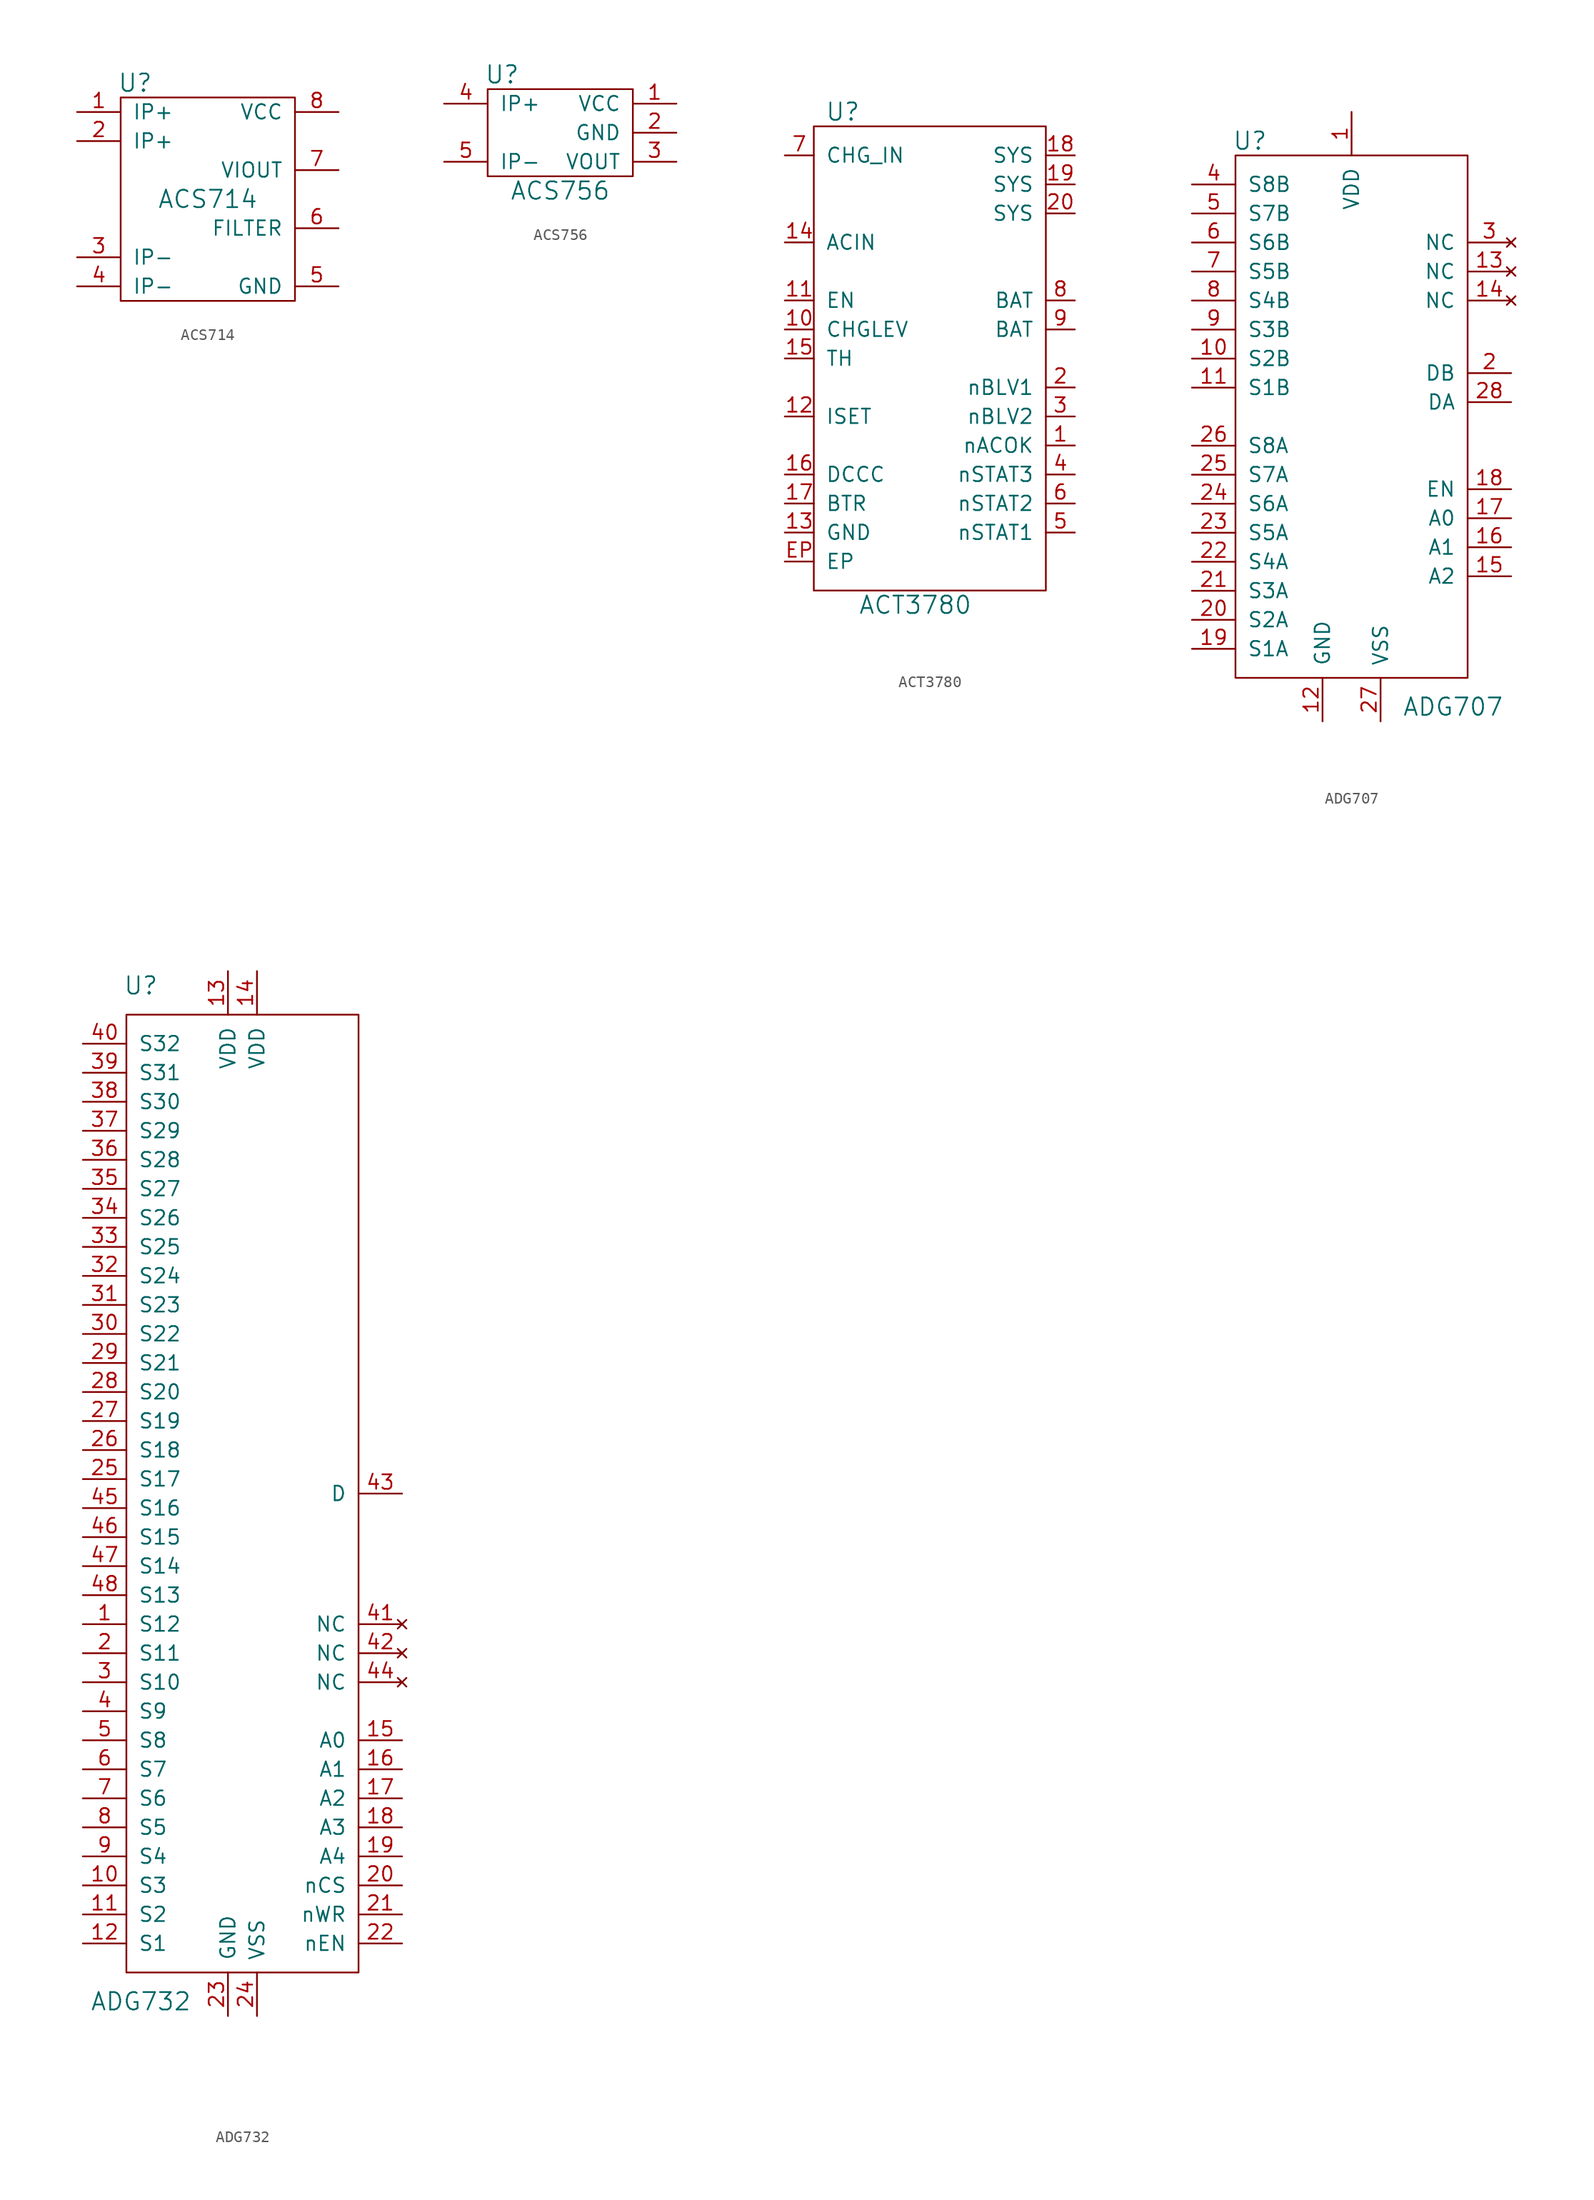
<source format=kicad_sym>
(kicad_symbol_lib
  (version 20210619)
  (generator kicad_symbol_editor)
  (symbol "tinkerforge:ACS714"
    (pin_names
      (offset 1.016))
    (property "Reference" "U"
      (at -6.35 10.16 0)
      (effects (font (size 1.524 1.524))))
    (property "Value" "ACS714"
      (at 0 0 0)
      (effects (font (size 1.524 1.524))))
    (property "Footprint" ""
      (at 0 0 0)
      (effects (font (size 1.524 1.524))))
    (property "Datasheet" ""
      (at 0 0 0)
      (effects (font (size 1.524 1.524))))
    (symbol "ACS714_0_1"
      (rectangle (start -7.62 8.89) (end 7.62 -8.89) (stroke (width 0)) (fill (type none))))
    (symbol "ACS714_1_1"
      (pin passive line (at -11.43 7.62 0) (length 3.81) (name "IP+" (effects (font (size 1.27 1.27)))) (number "1" (effects (font (size 1.27 1.27)))))
      (pin passive line (at -11.43 5.08 0) (length 3.81) (name "IP+" (effects (font (size 1.27 1.27)))) (number "2" (effects (font (size 1.27 1.27)))))
      (pin passive line (at -11.43 -5.08 0) (length 3.81) (name "IP-" (effects (font (size 1.27 1.27)))) (number "3" (effects (font (size 1.27 1.27)))))
      (pin passive line (at -11.43 -7.62 0) (length 3.81) (name "IP-" (effects (font (size 1.27 1.27)))) (number "4" (effects (font (size 1.27 1.27)))))
      (pin passive line (at 11.43 -7.62 180) (length 3.81) (name "GND" (effects (font (size 1.27 1.27)))) (number "5" (effects (font (size 1.27 1.27)))))
      (pin passive line (at 11.43 -2.54 180) (length 3.81) (name "FILTER" (effects (font (size 1.27 1.27)))) (number "6" (effects (font (size 1.27 1.27)))))
      (pin passive line (at 11.43 2.54 180) (length 3.81) (name "VIOUT" (effects (font (size 1.27 1.27)))) (number "7" (effects (font (size 1.27 1.27)))))
      (pin passive line (at 11.43 7.62 180) (length 3.81) (name "VCC" (effects (font (size 1.27 1.27)))) (number "8" (effects (font (size 1.27 1.27)))))))
  (symbol "tinkerforge:ACS756"
    (pin_names
      (offset 1.016))
    (property "Reference" "U"
      (at -5.08 11.43 0)
      (effects (font (size 1.524 1.524))))
    (property "Value" "ACS756"
      (at 0 1.27 0)
      (effects (font (size 1.524 1.524))))
    (property "Footprint" ""
      (at 0 0 0)
      (effects (font (size 1.524 1.524))))
    (property "Datasheet" ""
      (at 0 0 0)
      (effects (font (size 1.524 1.524))))
    (symbol "ACS756_0_1"
      (rectangle (start -6.35 10.16) (end 6.35 2.54) (stroke (width 0)) (fill (type none))))
    (symbol "ACS756_1_1"
      (pin passive line (at 10.16 8.89 180) (length 3.81) (name "VCC" (effects (font (size 1.27 1.27)))) (number "1" (effects (font (size 1.27 1.27)))))
      (pin passive line (at 10.16 6.35 180) (length 3.81) (name "GND" (effects (font (size 1.27 1.27)))) (number "2" (effects (font (size 1.27 1.27)))))
      (pin passive line (at 10.16 3.81 180) (length 3.81) (name "VOUT" (effects (font (size 1.27 1.27)))) (number "3" (effects (font (size 1.27 1.27)))))
      (pin passive line (at -10.16 8.89 0) (length 3.81) (name "IP+" (effects (font (size 1.27 1.27)))) (number "4" (effects (font (size 1.27 1.27)))))
      (pin passive line (at -10.16 3.81 0) (length 3.81) (name "IP-" (effects (font (size 1.27 1.27)))) (number "5" (effects (font (size 1.27 1.27)))))))
  (symbol "tinkerforge:ACT3780"
    (pin_names
      (offset 1.016))
    (property "Reference" "U"
      (at -7.62 21.59 0)
      (effects (font (size 1.524 1.524))))
    (property "Value" "ACT3780"
      (at -1.27 -21.59 0)
      (effects (font (size 1.524 1.524))))
    (symbol "ACT3780_0_1"
      (rectangle (start -10.16 20.32) (end 10.16 -20.32) (stroke (width 0)) (fill (type none))))
    (symbol "ACT3780_1_1"
      (pin passive line (at 12.7 -7.62 180) (length 2.54) (name "nACOK" (effects (font (size 1.27 1.27)))) (number "1" (effects (font (size 1.27 1.27)))))
      (pin passive line (at -12.7 2.54 0) (length 2.54) (name "CHGLEV" (effects (font (size 1.27 1.27)))) (number "10" (effects (font (size 1.27 1.27)))))
      (pin passive line (at -12.7 5.08 0) (length 2.54) (name "EN" (effects (font (size 1.27 1.27)))) (number "11" (effects (font (size 1.27 1.27)))))
      (pin passive line (at -12.7 -5.08 0) (length 2.54) (name "ISET" (effects (font (size 1.27 1.27)))) (number "12" (effects (font (size 1.27 1.27)))))
      (pin passive line (at -12.7 -15.24 0) (length 2.54) (name "GND" (effects (font (size 1.27 1.27)))) (number "13" (effects (font (size 1.27 1.27)))))
      (pin passive line (at -12.7 10.16 0) (length 2.54) (name "ACIN" (effects (font (size 1.27 1.27)))) (number "14" (effects (font (size 1.27 1.27)))))
      (pin passive line (at -12.7 0 0) (length 2.54) (name "TH" (effects (font (size 1.27 1.27)))) (number "15" (effects (font (size 1.27 1.27)))))
      (pin passive line (at -12.7 -10.16 0) (length 2.54) (name "DCCC" (effects (font (size 1.27 1.27)))) (number "16" (effects (font (size 1.27 1.27)))))
      (pin passive line (at -12.7 -12.7 0) (length 2.54) (name "BTR" (effects (font (size 1.27 1.27)))) (number "17" (effects (font (size 1.27 1.27)))))
      (pin passive line (at 12.7 17.78 180) (length 2.54) (name "SYS" (effects (font (size 1.27 1.27)))) (number "18" (effects (font (size 1.27 1.27)))))
      (pin passive line (at 12.7 15.24 180) (length 2.54) (name "SYS" (effects (font (size 1.27 1.27)))) (number "19" (effects (font (size 1.27 1.27)))))
      (pin passive line (at 12.7 -2.54 180) (length 2.54) (name "nBLV1" (effects (font (size 1.27 1.27)))) (number "2" (effects (font (size 1.27 1.27)))))
      (pin passive line (at 12.7 12.7 180) (length 2.54) (name "SYS" (effects (font (size 1.27 1.27)))) (number "20" (effects (font (size 1.27 1.27)))))
      (pin passive line (at 12.7 -5.08 180) (length 2.54) (name "nBLV2" (effects (font (size 1.27 1.27)))) (number "3" (effects (font (size 1.27 1.27)))))
      (pin passive line (at 12.7 -10.16 180) (length 2.54) (name "nSTAT3" (effects (font (size 1.27 1.27)))) (number "4" (effects (font (size 1.27 1.27)))))
      (pin passive line (at 12.7 -15.24 180) (length 2.54) (name "nSTAT1" (effects (font (size 1.27 1.27)))) (number "5" (effects (font (size 1.27 1.27)))))
      (pin passive line (at 12.7 -12.7 180) (length 2.54) (name "nSTAT2" (effects (font (size 1.27 1.27)))) (number "6" (effects (font (size 1.27 1.27)))))
      (pin passive line (at -12.7 17.78 0) (length 2.54) (name "CHG_IN" (effects (font (size 1.27 1.27)))) (number "7" (effects (font (size 1.27 1.27)))))
      (pin passive line (at 12.7 5.08 180) (length 2.54) (name "BAT" (effects (font (size 1.27 1.27)))) (number "8" (effects (font (size 1.27 1.27)))))
      (pin passive line (at 12.7 2.54 180) (length 2.54) (name "BAT" (effects (font (size 1.27 1.27)))) (number "9" (effects (font (size 1.27 1.27)))))
      (pin passive line (at -12.7 -17.78 0) (length 2.54) (name "EP" (effects (font (size 1.27 1.27)))) (number "EP" (effects (font (size 1.27 1.27)))))))
  (symbol "tinkerforge:ADG707"
    (pin_names
      (offset 1.016))
    (property "Reference" "U"
      (at -8.89 24.13 0)
      (effects (font (size 1.524 1.524))))
    (property "Value" "ADG707"
      (at 8.89 -25.4 0)
      (effects (font (size 1.524 1.524))))
    (property "Footprint" ""
      (at 0 0 0)
      (effects (font (size 1.524 1.524))))
    (property "Datasheet" ""
      (at 0 0 0)
      (effects (font (size 1.524 1.524))))
    (symbol "ADG707_0_1"
      (rectangle (start -10.16 22.86) (end 10.16 -22.86) (stroke (width 0)) (fill (type none))))
    (symbol "ADG707_1_1"
      (pin passive line (at 0 26.67 270) (length 3.81) (name "VDD" (effects (font (size 1.27 1.27)))) (number "1" (effects (font (size 1.27 1.27)))))
      (pin passive line (at -13.97 5.08 0) (length 3.81) (name "S2B" (effects (font (size 1.27 1.27)))) (number "10" (effects (font (size 1.27 1.27)))))
      (pin passive line (at -13.97 2.54 0) (length 3.81) (name "S1B" (effects (font (size 1.27 1.27)))) (number "11" (effects (font (size 1.27 1.27)))))
      (pin passive line (at -2.54 -26.67 90) (length 3.81) (name "GND" (effects (font (size 1.27 1.27)))) (number "12" (effects (font (size 1.27 1.27)))))
      (pin no_connect line (at 13.97 12.7 180) (length 3.81) (name "NC" (effects (font (size 1.27 1.27)))) (number "13" (effects (font (size 1.27 1.27)))))
      (pin no_connect line (at 13.97 10.16 180) (length 3.81) (name "NC" (effects (font (size 1.27 1.27)))) (number "14" (effects (font (size 1.27 1.27)))))
      (pin passive line (at 13.97 -13.97 180) (length 3.81) (name "A2" (effects (font (size 1.27 1.27)))) (number "15" (effects (font (size 1.27 1.27)))))
      (pin passive line (at 13.97 -11.43 180) (length 3.81) (name "A1" (effects (font (size 1.27 1.27)))) (number "16" (effects (font (size 1.27 1.27)))))
      (pin passive line (at 13.97 -8.89 180) (length 3.81) (name "A0" (effects (font (size 1.27 1.27)))) (number "17" (effects (font (size 1.27 1.27)))))
      (pin passive line (at 13.97 -6.35 180) (length 3.81) (name "EN" (effects (font (size 1.27 1.27)))) (number "18" (effects (font (size 1.27 1.27)))))
      (pin passive line (at -13.97 -20.32 0) (length 3.81) (name "S1A" (effects (font (size 1.27 1.27)))) (number "19" (effects (font (size 1.27 1.27)))))
      (pin passive line (at 13.97 3.81 180) (length 3.81) (name "DB" (effects (font (size 1.27 1.27)))) (number "2" (effects (font (size 1.27 1.27)))))
      (pin passive line (at -13.97 -17.78 0) (length 3.81) (name "S2A" (effects (font (size 1.27 1.27)))) (number "20" (effects (font (size 1.27 1.27)))))
      (pin passive line (at -13.97 -15.24 0) (length 3.81) (name "S3A" (effects (font (size 1.27 1.27)))) (number "21" (effects (font (size 1.27 1.27)))))
      (pin passive line (at -13.97 -12.7 0) (length 3.81) (name "S4A" (effects (font (size 1.27 1.27)))) (number "22" (effects (font (size 1.27 1.27)))))
      (pin passive line (at -13.97 -10.16 0) (length 3.81) (name "S5A" (effects (font (size 1.27 1.27)))) (number "23" (effects (font (size 1.27 1.27)))))
      (pin passive line (at -13.97 -7.62 0) (length 3.81) (name "S6A" (effects (font (size 1.27 1.27)))) (number "24" (effects (font (size 1.27 1.27)))))
      (pin passive line (at -13.97 -5.08 0) (length 3.81) (name "S7A" (effects (font (size 1.27 1.27)))) (number "25" (effects (font (size 1.27 1.27)))))
      (pin passive line (at -13.97 -2.54 0) (length 3.81) (name "S8A" (effects (font (size 1.27 1.27)))) (number "26" (effects (font (size 1.27 1.27)))))
      (pin passive line (at 2.54 -26.67 90) (length 3.81) (name "VSS" (effects (font (size 1.27 1.27)))) (number "27" (effects (font (size 1.27 1.27)))))
      (pin passive line (at 13.97 1.27 180) (length 3.81) (name "DA" (effects (font (size 1.27 1.27)))) (number "28" (effects (font (size 1.27 1.27)))))
      (pin no_connect line (at 13.97 15.24 180) (length 3.81) (name "NC" (effects (font (size 1.27 1.27)))) (number "3" (effects (font (size 1.27 1.27)))))
      (pin passive line (at -13.97 20.32 0) (length 3.81) (name "S8B" (effects (font (size 1.27 1.27)))) (number "4" (effects (font (size 1.27 1.27)))))
      (pin passive line (at -13.97 17.78 0) (length 3.81) (name "S7B" (effects (font (size 1.27 1.27)))) (number "5" (effects (font (size 1.27 1.27)))))
      (pin passive line (at -13.97 15.24 0) (length 3.81) (name "S6B" (effects (font (size 1.27 1.27)))) (number "6" (effects (font (size 1.27 1.27)))))
      (pin passive line (at -13.97 12.7 0) (length 3.81) (name "S5B" (effects (font (size 1.27 1.27)))) (number "7" (effects (font (size 1.27 1.27)))))
      (pin passive line (at -13.97 10.16 0) (length 3.81) (name "S4B" (effects (font (size 1.27 1.27)))) (number "8" (effects (font (size 1.27 1.27)))))
      (pin passive line (at -13.97 7.62 0) (length 3.81) (name "S3B" (effects (font (size 1.27 1.27)))) (number "9" (effects (font (size 1.27 1.27)))))))
  (symbol "tinkerforge:ADG732"
    (pin_names
      (offset 1.016))
    (property "Reference" "U"
      (at -8.89 44.45 0)
      (effects (font (size 1.524 1.524))))
    (property "Value" "ADG732"
      (at -8.89 -44.45 0)
      (effects (font (size 1.524 1.524))))
    (property "Footprint" ""
      (at 0 0 0)
      (effects (font (size 1.524 1.524))))
    (property "Datasheet" ""
      (at 0 0 0)
      (effects (font (size 1.524 1.524))))
    (symbol "ADG732_0_1"
      (rectangle (start -10.16 41.91) (end 10.16 -41.91) (stroke (width 0)) (fill (type none))))
    (symbol "ADG732_1_1"
      (pin input line (at -13.97 -11.43 0) (length 3.81) (name "S12" (effects (font (size 1.27 1.27)))) (number "1" (effects (font (size 1.27 1.27)))))
      (pin input line (at -13.97 -34.29 0) (length 3.81) (name "S3" (effects (font (size 1.27 1.27)))) (number "10" (effects (font (size 1.27 1.27)))))
      (pin input line (at -13.97 -36.83 0) (length 3.81) (name "S2" (effects (font (size 1.27 1.27)))) (number "11" (effects (font (size 1.27 1.27)))))
      (pin input line (at -13.97 -39.37 0) (length 3.81) (name "S1" (effects (font (size 1.27 1.27)))) (number "12" (effects (font (size 1.27 1.27)))))
      (pin passive line (at -1.27 45.72 270) (length 3.81) (name "VDD" (effects (font (size 1.27 1.27)))) (number "13" (effects (font (size 1.27 1.27)))))
      (pin passive line (at 1.27 45.72 270) (length 3.81) (name "VDD" (effects (font (size 1.27 1.27)))) (number "14" (effects (font (size 1.27 1.27)))))
      (pin input line (at 13.97 -21.59 180) (length 3.81) (name "A0" (effects (font (size 1.27 1.27)))) (number "15" (effects (font (size 1.27 1.27)))))
      (pin input line (at 13.97 -24.13 180) (length 3.81) (name "A1" (effects (font (size 1.27 1.27)))) (number "16" (effects (font (size 1.27 1.27)))))
      (pin input line (at 13.97 -26.67 180) (length 3.81) (name "A2" (effects (font (size 1.27 1.27)))) (number "17" (effects (font (size 1.27 1.27)))))
      (pin input line (at 13.97 -29.21 180) (length 3.81) (name "A3" (effects (font (size 1.27 1.27)))) (number "18" (effects (font (size 1.27 1.27)))))
      (pin input line (at 13.97 -31.75 180) (length 3.81) (name "A4" (effects (font (size 1.27 1.27)))) (number "19" (effects (font (size 1.27 1.27)))))
      (pin input line (at -13.97 -13.97 0) (length 3.81) (name "S11" (effects (font (size 1.27 1.27)))) (number "2" (effects (font (size 1.27 1.27)))))
      (pin input line (at 13.97 -34.29 180) (length 3.81) (name "nCS" (effects (font (size 1.27 1.27)))) (number "20" (effects (font (size 1.27 1.27)))))
      (pin input line (at 13.97 -36.83 180) (length 3.81) (name "nWR" (effects (font (size 1.27 1.27)))) (number "21" (effects (font (size 1.27 1.27)))))
      (pin input line (at 13.97 -39.37 180) (length 3.81) (name "nEN" (effects (font (size 1.27 1.27)))) (number "22" (effects (font (size 1.27 1.27)))))
      (pin passive line (at -1.27 -45.72 90) (length 3.81) (name "GND" (effects (font (size 1.27 1.27)))) (number "23" (effects (font (size 1.27 1.27)))))
      (pin passive line (at 1.27 -45.72 90) (length 3.81) (name "VSS" (effects (font (size 1.27 1.27)))) (number "24" (effects (font (size 1.27 1.27)))))
      (pin input line (at -13.97 1.27 0) (length 3.81) (name "S17" (effects (font (size 1.27 1.27)))) (number "25" (effects (font (size 1.27 1.27)))))
      (pin input line (at -13.97 3.81 0) (length 3.81) (name "S18" (effects (font (size 1.27 1.27)))) (number "26" (effects (font (size 1.27 1.27)))))
      (pin input line (at -13.97 6.35 0) (length 3.81) (name "S19" (effects (font (size 1.27 1.27)))) (number "27" (effects (font (size 1.27 1.27)))))
      (pin input line (at -13.97 8.89 0) (length 3.81) (name "S20" (effects (font (size 1.27 1.27)))) (number "28" (effects (font (size 1.27 1.27)))))
      (pin input line (at -13.97 11.43 0) (length 3.81) (name "S21" (effects (font (size 1.27 1.27)))) (number "29" (effects (font (size 1.27 1.27)))))
      (pin input line (at -13.97 -16.51 0) (length 3.81) (name "S10" (effects (font (size 1.27 1.27)))) (number "3" (effects (font (size 1.27 1.27)))))
      (pin input line (at -13.97 13.97 0) (length 3.81) (name "S22" (effects (font (size 1.27 1.27)))) (number "30" (effects (font (size 1.27 1.27)))))
      (pin input line (at -13.97 16.51 0) (length 3.81) (name "S23" (effects (font (size 1.27 1.27)))) (number "31" (effects (font (size 1.27 1.27)))))
      (pin input line (at -13.97 19.05 0) (length 3.81) (name "S24" (effects (font (size 1.27 1.27)))) (number "32" (effects (font (size 1.27 1.27)))))
      (pin input line (at -13.97 21.59 0) (length 3.81) (name "S25" (effects (font (size 1.27 1.27)))) (number "33" (effects (font (size 1.27 1.27)))))
      (pin input line (at -13.97 24.13 0) (length 3.81) (name "S26" (effects (font (size 1.27 1.27)))) (number "34" (effects (font (size 1.27 1.27)))))
      (pin input line (at -13.97 26.67 0) (length 3.81) (name "S27" (effects (font (size 1.27 1.27)))) (number "35" (effects (font (size 1.27 1.27)))))
      (pin input line (at -13.97 29.21 0) (length 3.81) (name "S28" (effects (font (size 1.27 1.27)))) (number "36" (effects (font (size 1.27 1.27)))))
      (pin input line (at -13.97 31.75 0) (length 3.81) (name "S29" (effects (font (size 1.27 1.27)))) (number "37" (effects (font (size 1.27 1.27)))))
      (pin input line (at -13.97 34.29 0) (length 3.81) (name "S30" (effects (font (size 1.27 1.27)))) (number "38" (effects (font (size 1.27 1.27)))))
      (pin input line (at -13.97 36.83 0) (length 3.81) (name "S31" (effects (font (size 1.27 1.27)))) (number "39" (effects (font (size 1.27 1.27)))))
      (pin input line (at -13.97 -19.05 0) (length 3.81) (name "S9" (effects (font (size 1.27 1.27)))) (number "4" (effects (font (size 1.27 1.27)))))
      (pin input line (at -13.97 39.37 0) (length 3.81) (name "S32" (effects (font (size 1.27 1.27)))) (number "40" (effects (font (size 1.27 1.27)))))
      (pin no_connect line (at 13.97 -11.43 180) (length 3.81) (name "NC" (effects (font (size 1.27 1.27)))) (number "41" (effects (font (size 1.27 1.27)))))
      (pin no_connect line (at 13.97 -13.97 180) (length 3.81) (name "NC" (effects (font (size 1.27 1.27)))) (number "42" (effects (font (size 1.27 1.27)))))
      (pin input line (at 13.97 0 180) (length 3.81) (name "D" (effects (font (size 1.27 1.27)))) (number "43" (effects (font (size 1.27 1.27)))))
      (pin no_connect line (at 13.97 -16.51 180) (length 3.81) (name "NC" (effects (font (size 1.27 1.27)))) (number "44" (effects (font (size 1.27 1.27)))))
      (pin input line (at -13.97 -1.27 0) (length 3.81) (name "S16" (effects (font (size 1.27 1.27)))) (number "45" (effects (font (size 1.27 1.27)))))
      (pin input line (at -13.97 -3.81 0) (length 3.81) (name "S15" (effects (font (size 1.27 1.27)))) (number "46" (effects (font (size 1.27 1.27)))))
      (pin input line (at -13.97 -6.35 0) (length 3.81) (name "S14" (effects (font (size 1.27 1.27)))) (number "47" (effects (font (size 1.27 1.27)))))
      (pin input line (at -13.97 -8.89 0) (length 3.81) (name "S13" (effects (font (size 1.27 1.27)))) (number "48" (effects (font (size 1.27 1.27)))))
      (pin input line (at -13.97 -21.59 0) (length 3.81) (name "S8" (effects (font (size 1.27 1.27)))) (number "5" (effects (font (size 1.27 1.27)))))
      (pin input line (at -13.97 -24.13 0) (length 3.81) (name "S7" (effects (font (size 1.27 1.27)))) (number "6" (effects (font (size 1.27 1.27)))))
      (pin input line (at -13.97 -26.67 0) (length 3.81) (name "S6" (effects (font (size 1.27 1.27)))) (number "7" (effects (font (size 1.27 1.27)))))
      (pin input line (at -13.97 -29.21 0) (length 3.81) (name "S5" (effects (font (size 1.27 1.27)))) (number "8" (effects (font (size 1.27 1.27)))))
      (pin input line (at -13.97 -31.75 0) (length 3.81) (name "S4" (effects (font (size 1.27 1.27)))) (number "9" (effects (font (size 1.27 1.27))))))))
</source>
